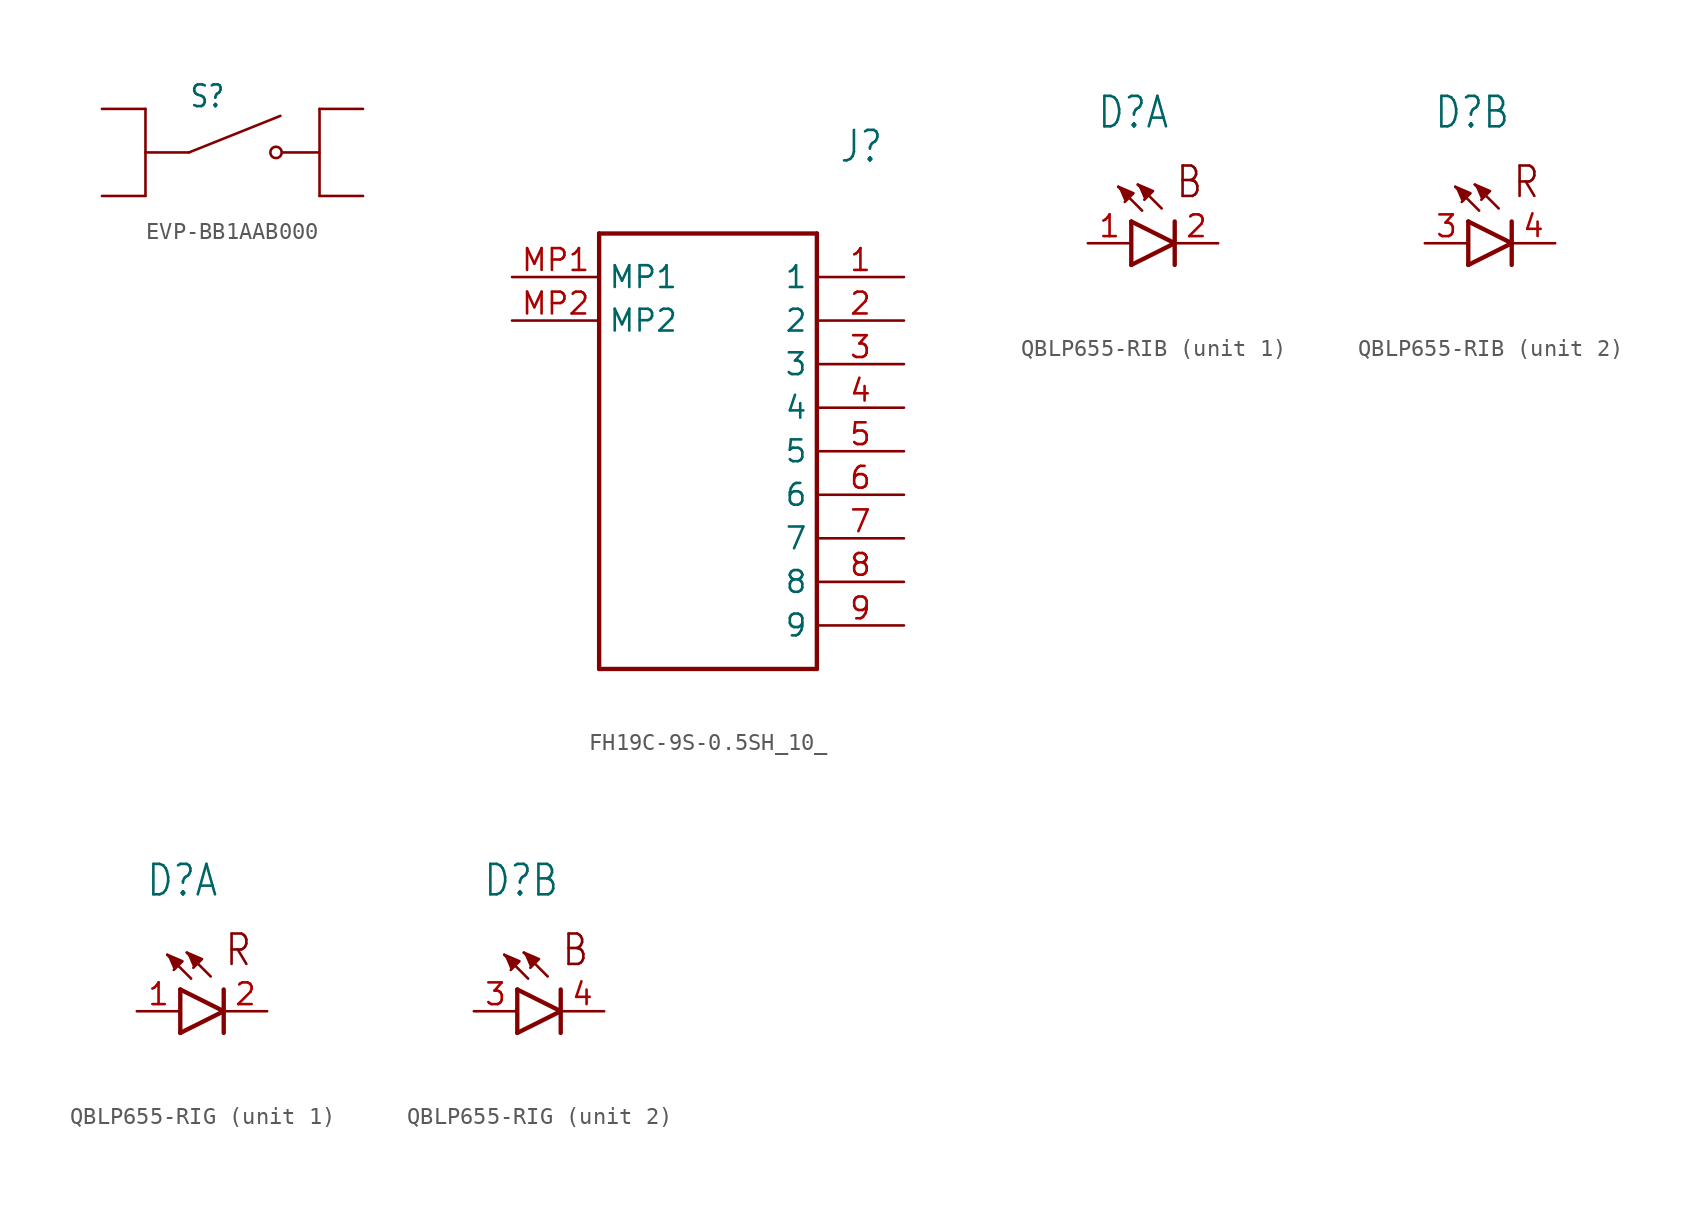
<source format=kicad_sym>
(kicad_symbol_lib
  (version 20220914)
  (generator kicad_symbol_editor)
  (symbol "EVP-BB1AAB000"
    (property "Reference" "S"
      (at -2.54 2.54 0)
      (effects (font (size 1.27 1.079)) (justify left bottom)))
    (property "Value" ""
      (at -2.54 -2.54 0)
      (effects (font (size 1.27 1.079)) (justify left top)))
    (property "ki_locked" ""
      (at 0 0 0)
      (effects (font (size 1.27 1.27))))
    (symbol "EVP-BB1AAB000_1_0"
      (polyline (pts (xy -5.08 2.54) (xy -5.08 -2.54)) (stroke (width 0.152) (type solid)) (fill (type none)))
      (polyline (pts (xy -2.54 0) (xy -5.08 0)) (stroke (width 0.152) (type solid)) (fill (type none)))
      (polyline (pts (xy -2.54 0) (xy 2.794 2.134)) (stroke (width 0.152) (type solid)) (fill (type none)))
      (polyline (pts (xy 5.08 0) (xy 2.921 0)) (stroke (width 0.152) (type solid)) (fill (type none)))
      (polyline (pts (xy 5.08 2.54) (xy 5.08 -2.54)) (stroke (width 0.152) (type solid)) (fill (type none)))
      (circle (center 2.54 0) (radius 0.33) (stroke (width 0.152) (type solid)) (fill (type none)))
      (pin passive line (at -7.62 2.54 0) (length 2.54) (name "A1" (effects (font (size 0 0)))) (number "A1" (effects (font (size 0 0)))))
      (pin passive line (at -7.62 -2.54 0) (length 2.54) (name "A2" (effects (font (size 0 0)))) (number "A2" (effects (font (size 0 0)))))
      (pin passive line (at 7.62 2.54 180) (length 2.54) (name "B1" (effects (font (size 0 0)))) (number "B1" (effects (font (size 0 0)))))
      (pin passive line (at 7.62 -2.54 180) (length 2.54) (name "B2" (effects (font (size 0 0)))) (number "B2" (effects (font (size 0 0)))))))
  (symbol "FH19C-9S-0.5SH_10_"
    (property "Reference" "J"
      (at 19.05 7.62 0)
      (effects (font (size 1.778 1.511)) (justify left)))
    (property "Value" ""
      (at 19.05 5.08 0)
      (effects (font (size 1.778 1.511)) (justify left)))
    (property "ki_locked" ""
      (at 0 0 0)
      (effects (font (size 1.27 1.27))))
    (symbol "FH19C-9S-0.5SH_10__1_0"
      (polyline (pts (xy 5.08 2.54) (xy 5.08 -22.86)) (stroke (width 0.254) (type solid)) (fill (type none)))
      (polyline (pts (xy 5.08 2.54) (xy 17.78 2.54)) (stroke (width 0.254) (type solid)) (fill (type none)))
      (polyline (pts (xy 17.78 -22.86) (xy 5.08 -22.86)) (stroke (width 0.254) (type solid)) (fill (type none)))
      (polyline (pts (xy 17.78 -22.86) (xy 17.78 2.54)) (stroke (width 0.254) (type solid)) (fill (type none)))
      (pin bidirectional line (at 22.86 0 180) (length 5.08) (name "1" (effects (font (size 1.27 1.27)))) (number "1" (effects (font (size 1.27 1.27)))))
      (pin bidirectional line (at 22.86 -2.54 180) (length 5.08) (name "2" (effects (font (size 1.27 1.27)))) (number "2" (effects (font (size 1.27 1.27)))))
      (pin bidirectional line (at 22.86 -5.08 180) (length 5.08) (name "3" (effects (font (size 1.27 1.27)))) (number "3" (effects (font (size 1.27 1.27)))))
      (pin bidirectional line (at 22.86 -7.62 180) (length 5.08) (name "4" (effects (font (size 1.27 1.27)))) (number "4" (effects (font (size 1.27 1.27)))))
      (pin bidirectional line (at 22.86 -10.16 180) (length 5.08) (name "5" (effects (font (size 1.27 1.27)))) (number "5" (effects (font (size 1.27 1.27)))))
      (pin bidirectional line (at 22.86 -12.7 180) (length 5.08) (name "6" (effects (font (size 1.27 1.27)))) (number "6" (effects (font (size 1.27 1.27)))))
      (pin bidirectional line (at 22.86 -15.24 180) (length 5.08) (name "7" (effects (font (size 1.27 1.27)))) (number "7" (effects (font (size 1.27 1.27)))))
      (pin bidirectional line (at 22.86 -17.78 180) (length 5.08) (name "8" (effects (font (size 1.27 1.27)))) (number "8" (effects (font (size 1.27 1.27)))))
      (pin bidirectional line (at 22.86 -20.32 180) (length 5.08) (name "9" (effects (font (size 1.27 1.27)))) (number "9" (effects (font (size 1.27 1.27)))))
      (pin bidirectional line (at 0 0 0) (length 5.08) (name "MP1" (effects (font (size 1.27 1.27)))) (number "MP1" (effects (font (size 1.27 1.27)))))
      (pin bidirectional line (at 0 -2.54 0) (length 5.08) (name "MP2" (effects (font (size 1.27 1.27)))) (number "MP2" (effects (font (size 1.27 1.27)))))))
  (symbol "QBLP655-RIB"
    (property "Reference" "D"
      (at -2.035 6.61 0)
      (effects (font (size 1.781 1.514)) (justify left bottom)))
    (property "Value" ""
      (at -2.034 -3.813 0)
      (effects (font (size 1.779 1.512)) (justify left bottom)))
    (property "ki_locked" ""
      (at 0 0 0)
      (effects (font (size 1.27 1.27))))
    (symbol "QBLP655-RIB_1_0"
      (polyline (pts (xy 0 -1.27) (xy 0 1.27)) (stroke (width 0.254) (type solid)) (fill (type none)))
      (polyline (pts (xy 0 -1.27) (xy 2.54 0)) (stroke (width 0.254) (type solid)) (fill (type none)))
      (polyline (pts (xy 0.635 1.905) (xy -0.762 3.302)) (stroke (width 0.152) (type solid)) (fill (type none)))
      (polyline (pts (xy 1.778 2.032) (xy 0.381 3.429)) (stroke (width 0.152) (type solid)) (fill (type none)))
      (polyline (pts (xy 2.54 -1.27) (xy 2.54 0)) (stroke (width 0.254) (type solid)) (fill (type none)))
      (polyline (pts (xy 2.54 0) (xy 0 1.27)) (stroke (width 0.254) (type solid)) (fill (type none)))
      (polyline (pts (xy 2.54 0) (xy 2.54 1.27)) (stroke (width 0.254) (type solid)) (fill (type none)))
      (polyline (pts (xy -0.762 3.302) (xy 0.127 2.921) (xy -0.381 2.413)) (stroke (width 0.152) (type solid)) (fill (type outline)))
      (polyline (pts (xy 0.381 3.429) (xy 1.27 3.048) (xy 0.762 2.54)) (stroke (width 0.152) (type solid)) (fill (type outline)))
      (text "B" (at 2.54 2.54 0) (effects (font (size 1.778 1.511)) (justify left bottom)))
      (pin passive line (at -2.54 0 0) (length 2.54) (name "A" (effects (font (size 0 0)))) (number "1" (effects (font (size 1.27 1.27)))))
      (pin passive line (at 5.08 0 180) (length 2.54) (name "C" (effects (font (size 0 0)))) (number "2" (effects (font (size 1.27 1.27))))))
    (symbol "QBLP655-RIB_2_0"
      (polyline (pts (xy 0 -1.27) (xy 0 1.27)) (stroke (width 0.254) (type solid)) (fill (type none)))
      (polyline (pts (xy 0 -1.27) (xy 2.54 0)) (stroke (width 0.254) (type solid)) (fill (type none)))
      (polyline (pts (xy 0.635 1.905) (xy -0.762 3.302)) (stroke (width 0.152) (type solid)) (fill (type none)))
      (polyline (pts (xy 1.778 2.032) (xy 0.381 3.429)) (stroke (width 0.152) (type solid)) (fill (type none)))
      (polyline (pts (xy 2.54 -1.27) (xy 2.54 0)) (stroke (width 0.254) (type solid)) (fill (type none)))
      (polyline (pts (xy 2.54 0) (xy 0 1.27)) (stroke (width 0.254) (type solid)) (fill (type none)))
      (polyline (pts (xy 2.54 0) (xy 2.54 1.27)) (stroke (width 0.254) (type solid)) (fill (type none)))
      (polyline (pts (xy -0.762 3.302) (xy 0.127 2.921) (xy -0.381 2.413)) (stroke (width 0.152) (type solid)) (fill (type outline)))
      (polyline (pts (xy 0.381 3.429) (xy 1.27 3.048) (xy 0.762 2.54)) (stroke (width 0.152) (type solid)) (fill (type outline)))
      (text "R" (at 2.54 2.54 0) (effects (font (size 1.778 1.511)) (justify left bottom)))
      (pin passive line (at -2.54 0 0) (length 2.54) (name "A" (effects (font (size 0 0)))) (number "3" (effects (font (size 1.27 1.27)))))
      (pin passive line (at 5.08 0 180) (length 2.54) (name "C" (effects (font (size 0 0)))) (number "4" (effects (font (size 1.27 1.27)))))))
  (symbol "QBLP655-RIG"
    (property "Reference" "D"
      (at -2.035 6.61 0)
      (effects (font (size 1.781 1.514)) (justify left bottom)))
    (property "Value" ""
      (at -2.034 -3.813 0)
      (effects (font (size 1.779 1.512)) (justify left bottom)))
    (property "ki_locked" ""
      (at 0 0 0)
      (effects (font (size 1.27 1.27))))
    (symbol "QBLP655-RIG_1_0"
      (polyline (pts (xy 0 -1.27) (xy 0 1.27)) (stroke (width 0.254) (type solid)) (fill (type none)))
      (polyline (pts (xy 0 -1.27) (xy 2.54 0)) (stroke (width 0.254) (type solid)) (fill (type none)))
      (polyline (pts (xy 0.635 1.905) (xy -0.762 3.302)) (stroke (width 0.152) (type solid)) (fill (type none)))
      (polyline (pts (xy 1.778 2.032) (xy 0.381 3.429)) (stroke (width 0.152) (type solid)) (fill (type none)))
      (polyline (pts (xy 2.54 -1.27) (xy 2.54 0)) (stroke (width 0.254) (type solid)) (fill (type none)))
      (polyline (pts (xy 2.54 0) (xy 0 1.27)) (stroke (width 0.254) (type solid)) (fill (type none)))
      (polyline (pts (xy 2.54 0) (xy 2.54 1.27)) (stroke (width 0.254) (type solid)) (fill (type none)))
      (polyline (pts (xy -0.762 3.302) (xy 0.127 2.921) (xy -0.381 2.413)) (stroke (width 0.152) (type solid)) (fill (type outline)))
      (polyline (pts (xy 0.381 3.429) (xy 1.27 3.048) (xy 0.762 2.54)) (stroke (width 0.152) (type solid)) (fill (type outline)))
      (text "R" (at 2.54 2.54 0) (effects (font (size 1.778 1.511)) (justify left bottom)))
      (pin passive line (at -2.54 0 0) (length 2.54) (name "A" (effects (font (size 0 0)))) (number "1" (effects (font (size 1.27 1.27)))))
      (pin passive line (at 5.08 0 180) (length 2.54) (name "C" (effects (font (size 0 0)))) (number "2" (effects (font (size 1.27 1.27))))))
    (symbol "QBLP655-RIG_2_0"
      (polyline (pts (xy 0 -1.27) (xy 0 1.27)) (stroke (width 0.254) (type solid)) (fill (type none)))
      (polyline (pts (xy 0 -1.27) (xy 2.54 0)) (stroke (width 0.254) (type solid)) (fill (type none)))
      (polyline (pts (xy 0.635 1.905) (xy -0.762 3.302)) (stroke (width 0.152) (type solid)) (fill (type none)))
      (polyline (pts (xy 1.778 2.032) (xy 0.381 3.429)) (stroke (width 0.152) (type solid)) (fill (type none)))
      (polyline (pts (xy 2.54 -1.27) (xy 2.54 0)) (stroke (width 0.254) (type solid)) (fill (type none)))
      (polyline (pts (xy 2.54 0) (xy 0 1.27)) (stroke (width 0.254) (type solid)) (fill (type none)))
      (polyline (pts (xy 2.54 0) (xy 2.54 1.27)) (stroke (width 0.254) (type solid)) (fill (type none)))
      (polyline (pts (xy -0.762 3.302) (xy 0.127 2.921) (xy -0.381 2.413)) (stroke (width 0.152) (type solid)) (fill (type outline)))
      (polyline (pts (xy 0.381 3.429) (xy 1.27 3.048) (xy 0.762 2.54)) (stroke (width 0.152) (type solid)) (fill (type outline)))
      (text "B" (at 2.54 2.54 0) (effects (font (size 1.778 1.511)) (justify left bottom)))
      (pin passive line (at -2.54 0 0) (length 2.54) (name "A" (effects (font (size 0 0)))) (number "3" (effects (font (size 1.27 1.27)))))
      (pin passive line (at 5.08 0 180) (length 2.54) (name "C" (effects (font (size 0 0)))) (number "4" (effects (font (size 1.27 1.27))))))))
</source>
